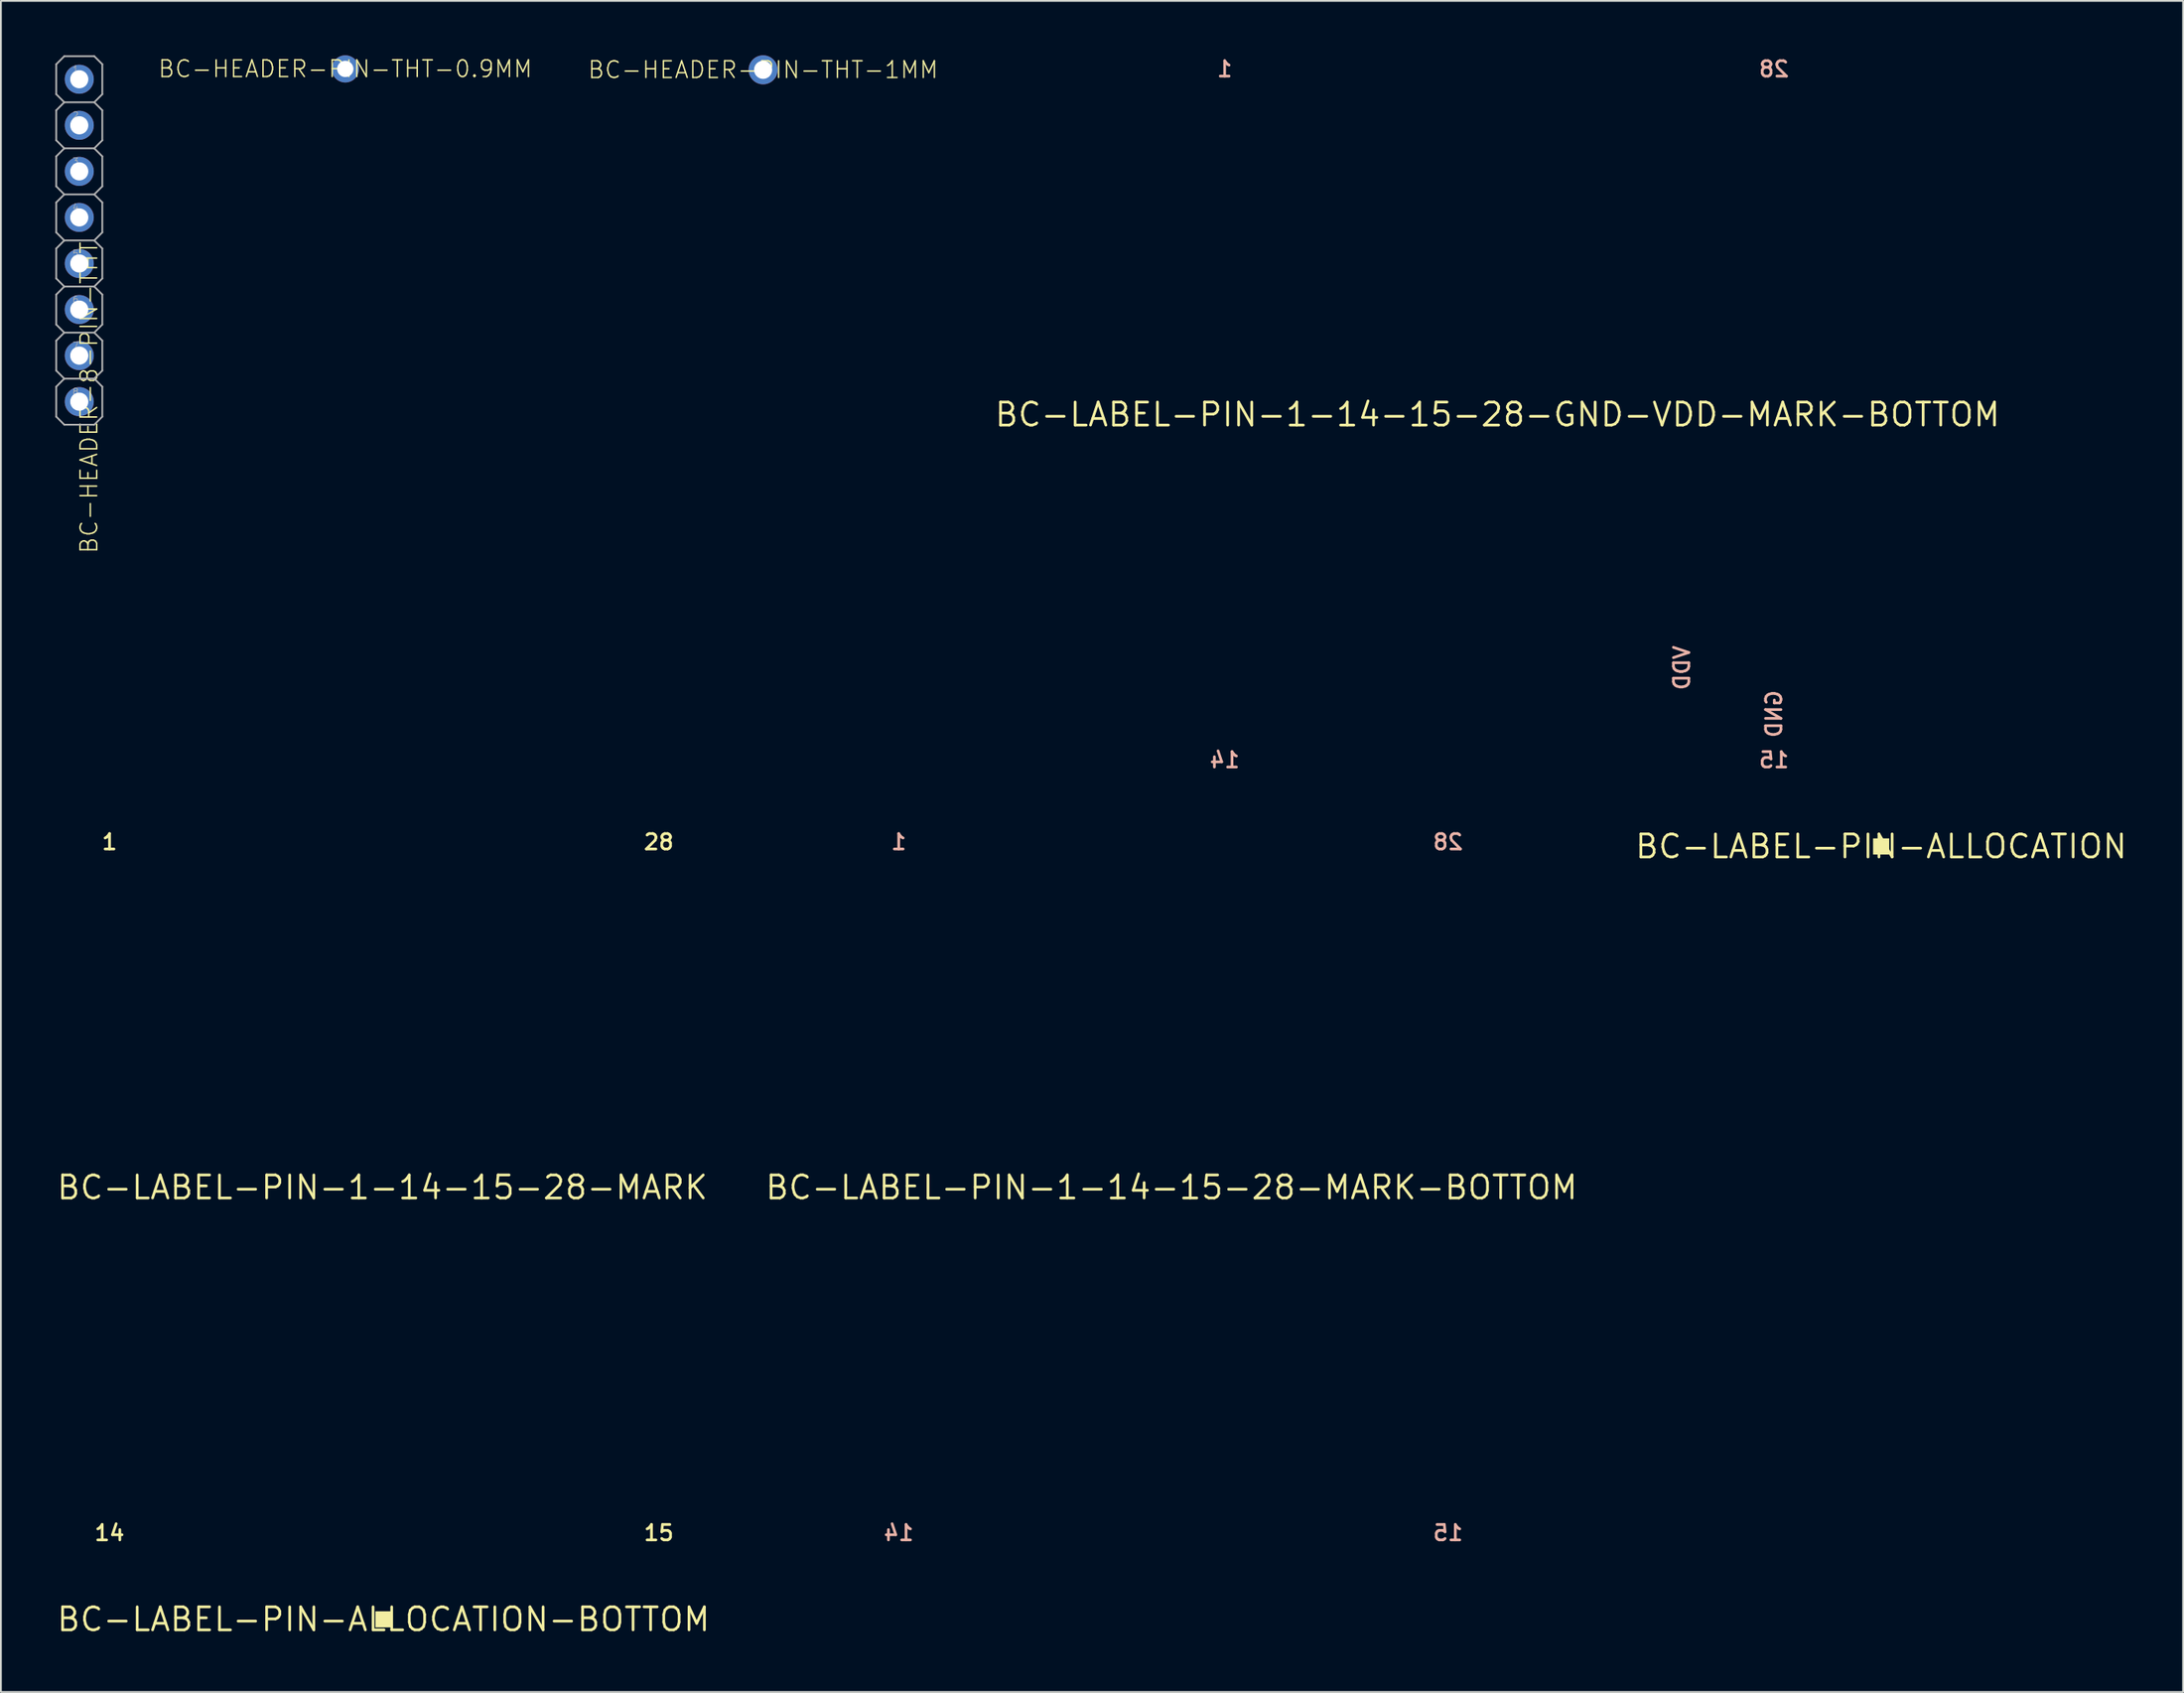
<source format=kicad_pcb>
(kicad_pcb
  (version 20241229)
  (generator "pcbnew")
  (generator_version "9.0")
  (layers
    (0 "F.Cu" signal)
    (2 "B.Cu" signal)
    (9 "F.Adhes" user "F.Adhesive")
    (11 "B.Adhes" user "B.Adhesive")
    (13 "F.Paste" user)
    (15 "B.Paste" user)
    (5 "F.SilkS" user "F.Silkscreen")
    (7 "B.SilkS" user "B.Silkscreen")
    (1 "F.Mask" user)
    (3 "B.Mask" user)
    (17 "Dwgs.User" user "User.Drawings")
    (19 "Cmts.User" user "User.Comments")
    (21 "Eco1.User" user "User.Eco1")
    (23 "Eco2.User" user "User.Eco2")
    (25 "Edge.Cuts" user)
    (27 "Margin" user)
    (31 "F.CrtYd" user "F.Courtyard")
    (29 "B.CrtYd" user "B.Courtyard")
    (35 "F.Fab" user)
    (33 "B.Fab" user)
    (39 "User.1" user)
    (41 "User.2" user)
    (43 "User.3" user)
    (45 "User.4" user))
  (footprint "BC-LABEL-PIN-1-14-15-28-MARK"
    (layer "F.Cu")
    (at 18.029 62.431)
    (property "Reference" "BC-LABEL-PIN-1-14-15-28-MARK" (at 0 0 0) (unlocked yes) (layer "F.SilkS") (effects (font (size 1.27 1.27) (thickness 0.15))))
    (fp_text user "28" (at 15.24 -19.05 0) (layer "F.SilkS") (effects (font (size 0.85 0.85) (thickness 0.15))))
    (fp_text user "15" (at 15.24 19.05 0) (layer "F.SilkS") (effects (font (size 0.85 0.85) (thickness 0.15))))
    (fp_text user "14" (at -15.04 19.05 0) (layer "F.SilkS") (effects (font (size 0.85 0.85) (thickness 0.15))))
    (fp_text user "1" (at -15.04 -19.05 0) (layer "F.SilkS") (effects (font (size 0.85 0.85) (thickness 0.15)))))
  (footprint "BC-HEADER-PIN-THT-0.9MM"
    (layer "F.Cu")
    (at 15.985 0.75)
    (property "Reference" "BC-HEADER-PIN-THT-0.9MM" (at 0 0 0) (unlocked yes) (layer "F.SilkS") (effects (font (size 0.92 0.92) (thickness 0.08))))
    (pad "0" thru_hole circle (at 0 0) (size 1.5 1.5) (drill 0.9) (layers "*.Cu" "*.Mask")))
  (footprint "BC-HEADER-PIN-THT-1MM"
    (layer "F.Cu")
    (at 39.018 0.8)
    (property "Reference" "BC-HEADER-PIN-THT-1MM" (at 0 0 0) (unlocked yes) (layer "F.SilkS") (effects (font (size 0.92 0.92) (thickness 0.08))))
    (pad "0" thru_hole circle (at 0 0) (size 1.6 1.6) (drill 1) (layers "*.Cu" "*.Mask")))
  (footprint "BC-LABEL-PIN-ALLOCATION-BOTTOM"
    (layer "F.Cu")
    (at 18.09 86.248)
    (property "Reference" "BC-LABEL-PIN-ALLOCATION-BOTTOM" (at 0 0 0) (unlocked yes) (layer "F.SilkS") (effects (font (size 1.27 1.27) (thickness 0.15))))
    (fp_poly (pts (xy -0.445 0.445) (xy 0.445 0.445) (xy 0.445 -0.445) (xy -0.445 -0.445)) (stroke (width 0) (type default)) (fill yes) (layer "F.SilkS")))
  (footprint "BC-HEADER-8-PIN-THT"
    (layer "F.Cu")
    (at 1.32 10.21)
    (property "Reference" "BC-HEADER-8-PIN-THT" (at 0 0 90) (unlocked yes) (layer "F.SilkS") (effects (font (size 0.92 0.92) (thickness 0.08)) (justify right top)))
    (fp_line (start -1.27 -9.716) (end -1.27 -8.065) (stroke (width 0.1) (type solid)) (layer "F.Fab"))
    (fp_line (start -1.27 -8.065) (end -0.826 -7.62) (stroke (width 0.1) (type solid)) (layer "F.Fab"))
    (fp_line (start -1.27 -7.176) (end -1.27 -5.524) (stroke (width 0.1) (type solid)) (layer "F.Fab"))
    (fp_line (start -1.27 -5.524) (end -0.826 -5.08) (stroke (width 0.1) (type solid)) (layer "F.Fab"))
    (fp_line (start -1.27 -4.636) (end -1.27 -2.985) (stroke (width 0.1) (type solid)) (layer "F.Fab"))
    (fp_line (start -1.27 -2.985) (end -0.826 -2.54) (stroke (width 0.1) (type solid)) (layer "F.Fab"))
    (fp_line (start -1.27 -2.095) (end -1.27 -0.445) (stroke (width 0.1) (type solid)) (layer "F.Fab"))
    (fp_line (start -1.27 -0.445) (end -0.826 0) (stroke (width 0.1) (type solid)) (layer "F.Fab"))
    (fp_line (start -1.27 0.445) (end -1.27 2.095) (stroke (width 0.1) (type solid)) (layer "F.Fab"))
    (fp_line (start -1.27 2.095) (end -0.826 2.54) (stroke (width 0.1) (type solid)) (layer "F.Fab"))
    (fp_line (start -1.27 2.985) (end -1.27 4.636) (stroke (width 0.1) (type solid)) (layer "F.Fab"))
    (fp_line (start -1.27 4.636) (end -0.826 5.08) (stroke (width 0.1) (type solid)) (layer "F.Fab"))
    (fp_line (start -1.27 5.524) (end -1.27 7.176) (stroke (width 0.1) (type solid)) (layer "F.Fab"))
    (fp_line (start -1.27 7.176) (end -0.826 7.62) (stroke (width 0.1) (type solid)) (layer "F.Fab"))
    (fp_line (start -1.27 8.065) (end -1.27 9.716) (stroke (width 0.1) (type solid)) (layer "F.Fab"))
    (fp_line (start -1.27 9.716) (end -0.826 10.16) (stroke (width 0.1) (type solid)) (layer "F.Fab"))
    (fp_line (start -0.826 -10.16) (end -1.27 -9.716) (stroke (width 0.1) (type solid)) (layer "F.Fab"))
    (fp_line (start -0.826 -10.16) (end 0.826 -10.16) (stroke (width 0.1) (type solid)) (layer "F.Fab"))
    (fp_line (start -0.826 -7.62) (end -1.27 -7.176) (stroke (width 0.1) (type solid)) (layer "F.Fab"))
    (fp_line (start -0.826 -7.62) (end 0.826 -7.62) (stroke (width 0.1) (type solid)) (layer "F.Fab"))
    (fp_line (start -0.826 -5.08) (end -1.27 -4.636) (stroke (width 0.1) (type solid)) (layer "F.Fab"))
    (fp_line (start -0.826 -5.08) (end 0.826 -5.08) (stroke (width 0.1) (type solid)) (layer "F.Fab"))
    (fp_line (start -0.826 -2.54) (end -1.27 -2.095) (stroke (width 0.1) (type solid)) (layer "F.Fab"))
    (fp_line (start -0.826 -2.54) (end 0.826 -2.54) (stroke (width 0.1) (type solid)) (layer "F.Fab"))
    (fp_line (start -0.826 0) (end -1.27 0.445) (stroke (width 0.1) (type solid)) (layer "F.Fab"))
    (fp_line (start -0.826 0) (end 0.826 0) (stroke (width 0.1) (type solid)) (layer "F.Fab"))
    (fp_line (start -0.826 2.54) (end -1.27 2.985) (stroke (width 0.1) (type solid)) (layer "F.Fab"))
    (fp_line (start -0.826 2.54) (end 0.826 2.54) (stroke (width 0.1) (type solid)) (layer "F.Fab"))
    (fp_line (start -0.826 5.08) (end -1.27 5.524) (stroke (width 0.1) (type solid)) (layer "F.Fab"))
    (fp_line (start -0.826 5.08) (end 0.826 5.08) (stroke (width 0.1) (type solid)) (layer "F.Fab"))
    (fp_line (start -0.826 7.62) (end -1.27 8.065) (stroke (width 0.1) (type solid)) (layer "F.Fab"))
    (fp_line (start -0.826 7.62) (end 0.826 7.62) (stroke (width 0.1) (type solid)) (layer "F.Fab"))
    (fp_line (start -0.826 10.16) (end 0.826 10.16) (stroke (width 0.1) (type solid)) (layer "F.Fab"))
    (fp_line (start -0.31 -9.2) (end -0.31 -8.58) (stroke (width 0.1) (type solid)) (layer "F.Fab"))
    (fp_line (start -0.31 -8.58) (end 0.31 -8.58) (stroke (width 0.1) (type solid)) (layer "F.Fab"))
    (fp_line (start -0.31 -6.66) (end -0.31 -6.04) (stroke (width 0.1) (type solid)) (layer "F.Fab"))
    (fp_line (start -0.31 -6.04) (end 0.31 -6.04) (stroke (width 0.1) (type solid)) (layer "F.Fab"))
    (fp_line (start -0.31 -4.12) (end -0.31 -3.5) (stroke (width 0.1) (type solid)) (layer "F.Fab"))
    (fp_line (start -0.31 -3.5) (end 0.31 -3.5) (stroke (width 0.1) (type solid)) (layer "F.Fab"))
    (fp_line (start -0.31 -1.58) (end -0.31 -0.96) (stroke (width 0.1) (type solid)) (layer "F.Fab"))
    (fp_line (start -0.31 -0.96) (end 0.31 -0.96) (stroke (width 0.1) (type solid)) (layer "F.Fab"))
    (fp_line (start -0.31 0.96) (end -0.31 1.58) (stroke (width 0.1) (type solid)) (layer "F.Fab"))
    (fp_line (start -0.31 1.58) (end 0.31 1.58) (stroke (width 0.1) (type solid)) (layer "F.Fab"))
    (fp_line (start -0.31 3.5) (end -0.31 4.12) (stroke (width 0.1) (type solid)) (layer "F.Fab"))
    (fp_line (start -0.31 4.12) (end 0.31 4.12) (stroke (width 0.1) (type solid)) (layer "F.Fab"))
    (fp_line (start -0.31 6.04) (end -0.31 6.66) (stroke (width 0.1) (type solid)) (layer "F.Fab"))
    (fp_line (start -0.31 6.66) (end 0.31 6.66) (stroke (width 0.1) (type solid)) (layer "F.Fab"))
    (fp_line (start -0.31 8.58) (end -0.31 9.2) (stroke (width 0.1) (type solid)) (layer "F.Fab"))
    (fp_line (start -0.31 9.2) (end 0.31 9.2) (stroke (width 0.1) (type solid)) (layer "F.Fab"))
    (fp_line (start 0.31 -9.2) (end -0.31 -9.2) (stroke (width 0.1) (type solid)) (layer "F.Fab"))
    (fp_line (start 0.31 -8.58) (end 0.31 -9.2) (stroke (width 0.1) (type solid)) (layer "F.Fab"))
    (fp_line (start 0.31 -6.66) (end -0.31 -6.66) (stroke (width 0.1) (type solid)) (layer "F.Fab"))
    (fp_line (start 0.31 -6.04) (end 0.31 -6.66) (stroke (width 0.1) (type solid)) (layer "F.Fab"))
    (fp_line (start 0.31 -4.12) (end -0.31 -4.12) (stroke (width 0.1) (type solid)) (layer "F.Fab"))
    (fp_line (start 0.31 -3.5) (end 0.31 -4.12) (stroke (width 0.1) (type solid)) (layer "F.Fab"))
    (fp_line (start 0.31 -1.58) (end -0.31 -1.58) (stroke (width 0.1) (type solid)) (layer "F.Fab"))
    (fp_line (start 0.31 -0.96) (end 0.31 -1.58) (stroke (width 0.1) (type solid)) (layer "F.Fab"))
    (fp_line (start 0.31 0.96) (end -0.31 0.96) (stroke (width 0.1) (type solid)) (layer "F.Fab"))
    (fp_line (start 0.31 1.58) (end 0.31 0.96) (stroke (width 0.1) (type solid)) (layer "F.Fab"))
    (fp_line (start 0.31 3.5) (end -0.31 3.5) (stroke (width 0.1) (type solid)) (layer "F.Fab"))
    (fp_line (start 0.31 4.12) (end 0.31 3.5) (stroke (width 0.1) (type solid)) (layer "F.Fab"))
    (fp_line (start 0.31 6.04) (end -0.31 6.04) (stroke (width 0.1) (type solid)) (layer "F.Fab"))
    (fp_line (start 0.31 6.66) (end 0.31 6.04) (stroke (width 0.1) (type solid)) (layer "F.Fab"))
    (fp_line (start 0.31 8.58) (end -0.31 8.58) (stroke (width 0.1) (type solid)) (layer "F.Fab"))
    (fp_line (start 0.31 9.2) (end 0.31 8.58) (stroke (width 0.1) (type solid)) (layer "F.Fab"))
    (fp_line (start 0.826 -7.62) (end 1.27 -8.065) (stroke (width 0.1) (type solid)) (layer "F.Fab"))
    (fp_line (start 0.826 -5.08) (end 1.27 -5.524) (stroke (width 0.1) (type solid)) (layer "F.Fab"))
    (fp_line (start 0.826 -2.54) (end 1.27 -2.985) (stroke (width 0.1) (type solid)) (layer "F.Fab"))
    (fp_line (start 0.826 0) (end 1.27 -0.445) (stroke (width 0.1) (type solid)) (layer "F.Fab"))
    (fp_line (start 0.826 2.54) (end 1.27 2.095) (stroke (width 0.1) (type solid)) (layer "F.Fab"))
    (fp_line (start 0.826 5.08) (end 1.27 4.636) (stroke (width 0.1) (type solid)) (layer "F.Fab"))
    (fp_line (start 0.826 7.62) (end 1.27 7.176) (stroke (width 0.1) (type solid)) (layer "F.Fab"))
    (fp_line (start 0.826 10.16) (end 1.27 9.716) (stroke (width 0.1) (type solid)) (layer "F.Fab"))
    (fp_line (start 1.27 -9.716) (end 0.826 -10.16) (stroke (width 0.1) (type solid)) (layer "F.Fab"))
    (fp_line (start 1.27 -8.065) (end 1.27 -9.716) (stroke (width 0.1) (type solid)) (layer "F.Fab"))
    (fp_line (start 1.27 -7.176) (end 0.826 -7.62) (stroke (width 0.1) (type solid)) (layer "F.Fab"))
    (fp_line (start 1.27 -5.524) (end 1.27 -7.176) (stroke (width 0.1) (type solid)) (layer "F.Fab"))
    (fp_line (start 1.27 -4.636) (end 0.826 -5.08) (stroke (width 0.1) (type solid)) (layer "F.Fab"))
    (fp_line (start 1.27 -2.985) (end 1.27 -4.636) (stroke (width 0.1) (type solid)) (layer "F.Fab"))
    (fp_line (start 1.27 -2.095) (end 0.826 -2.54) (stroke (width 0.1) (type solid)) (layer "F.Fab"))
    (fp_line (start 1.27 -0.445) (end 1.27 -2.095) (stroke (width 0.1) (type solid)) (layer "F.Fab"))
    (fp_line (start 1.27 0.445) (end 0.826 0) (stroke (width 0.1) (type solid)) (layer "F.Fab"))
    (fp_line (start 1.27 2.095) (end 1.27 0.445) (stroke (width 0.1) (type solid)) (layer "F.Fab"))
    (fp_line (start 1.27 2.985) (end 0.826 2.54) (stroke (width 0.1) (type solid)) (layer "F.Fab"))
    (fp_line (start 1.27 4.636) (end 1.27 2.985) (stroke (width 0.1) (type solid)) (layer "F.Fab"))
    (fp_line (start 1.27 5.524) (end 0.826 5.08) (stroke (width 0.1) (type solid)) (layer "F.Fab"))
    (fp_line (start 1.27 7.176) (end 1.27 5.524) (stroke (width 0.1) (type solid)) (layer "F.Fab"))
    (fp_line (start 1.27 8.065) (end 0.826 7.62) (stroke (width 0.1) (type solid)) (layer "F.Fab"))
    (fp_line (start 1.27 9.716) (end 1.27 8.065) (stroke (width 0.1) (type solid)) (layer "F.Fab"))
    (fp_text user "2" (at 0 -7.112 0) (layer "F.Fab") (effects (font (size 0.366 0.366) (thickness 0.041)) (justify right top)))
    (fp_text user "5" (at 0 0.508 0) (layer "F.Fab") (effects (font (size 0.366 0.366) (thickness 0.041)) (justify right top)))
    (fp_text user "3" (at 0 -4.572 0) (layer "F.Fab") (effects (font (size 0.366 0.366) (thickness 0.041)) (justify right top)))
    (fp_text user "7" (at 0 5.588 0) (layer "F.Fab") (effects (font (size 0.366 0.366) (thickness 0.041)) (justify right top)))
    (fp_text user "6" (at 0 3.048 0) (layer "F.Fab") (effects (font (size 0.366 0.366) (thickness 0.041)) (justify right top)))
    (fp_text user "4" (at 0 -2.032 0) (layer "F.Fab") (effects (font (size 0.366 0.366) (thickness 0.041)) (justify right top)))
    (fp_text user "8" (at 0 8.128 0) (layer "F.Fab") (effects (font (size 0.366 0.366) (thickness 0.041)) (justify right top)))
    (fp_text user "1" (at 0 -9.652 0) (layer "F.Fab") (effects (font (size 0.366 0.366) (thickness 0.041)) (justify right top)))
    (pad "1" thru_hole circle (at 0 -8.89 180) (size 1.6 1.6) (drill 1) (layers "*.Cu" "*.Mask"))
    (pad "2" thru_hole circle (at 0 -6.35 180) (size 1.6 1.6) (drill 1) (layers "*.Cu" "*.Mask"))
    (pad "3" thru_hole circle (at 0 -3.81 180) (size 1.6 1.6) (drill 1) (layers "*.Cu" "*.Mask"))
    (pad "4" thru_hole circle (at 0 -1.27 180) (size 1.6 1.6) (drill 1) (layers "*.Cu" "*.Mask"))
    (pad "5" thru_hole circle (at 0 1.27 180) (size 1.6 1.6) (drill 1) (layers "*.Cu" "*.Mask"))
    (pad "6" thru_hole circle (at 0 3.81 180) (size 1.6 1.6) (drill 1) (layers "*.Cu" "*.Mask"))
    (pad "7" thru_hole circle (at 0 6.35 180) (size 1.6 1.6) (drill 1) (layers "*.Cu" "*.Mask"))
    (pad "8" thru_hole circle (at 0 8.89 180) (size 1.6 1.6) (drill 1) (layers "*.Cu" "*.Mask")))
  (footprint "BC-LABEL-PIN-1-14-15-28-MARK-BOTTOM"
    (layer "F.Cu")
    (at 61.533 62.431)
    (property "Reference" "BC-LABEL-PIN-1-14-15-28-MARK-BOTTOM" (at 0 0 0) (unlocked yes) (layer "F.SilkS") (effects (font (size 1.27 1.27) (thickness 0.15))))
    (fp_text user "15" (at 15.24 19.05 0) (layer "B.SilkS") (effects (font (size 0.85 0.85) (thickness 0.15)) (justify mirror)))
    (fp_text user "14" (at -15.04 19.05 0) (layer "B.SilkS") (effects (font (size 0.85 0.85) (thickness 0.15)) (justify mirror)))
    (fp_text user "28" (at 15.24 -19.05 0) (layer "B.SilkS") (effects (font (size 0.85 0.85) (thickness 0.15)) (justify mirror)))
    (fp_text user "1" (at -15.04 -19.05 0) (layer "B.SilkS") (effects (font (size 0.85 0.85) (thickness 0.15)) (justify mirror))))
  (footprint "BC-LABEL-PIN-ALLOCATION"
    (layer "F.Cu")
    (at 100.651 43.627)
    (property "Reference" "BC-LABEL-PIN-ALLOCATION" (at 0 0 0) (unlocked yes) (layer "F.SilkS") (effects (font (size 1.27 1.27) (thickness 0.15))))
    (fp_poly (pts (xy -0.445 0.445) (xy 0.445 0.445) (xy 0.445 -0.445) (xy -0.445 -0.445)) (stroke (width 0) (type default)) (fill yes) (layer "F.SilkS")))
  (footprint "BC-LABEL-PIN-1-14-15-28-GND-VDD-MARK-BOTTOM"
    (layer "F.Cu")
    (at 79.502 19.811)
    (property "Reference" "BC-LABEL-PIN-1-14-15-28-GND-VDD-MARK-BOTTOM" (at 0 0 0) (unlocked yes) (layer "F.SilkS") (effects (font (size 1.27 1.27) (thickness 0.15))))
    (fp_text user "VDD" (at 10.16 13.97 270) (layer "B.SilkS") (effects (font (size 0.85 0.85) (thickness 0.15)) (justify mirror)))
    (fp_text user "14" (at -15.04 19.05 0) (layer "B.SilkS") (effects (font (size 0.85 0.85) (thickness 0.15)) (justify mirror)))
    (fp_text user "1" (at -15.04 -19.05 0) (layer "B.SilkS") (effects (font (size 0.85 0.85) (thickness 0.15)) (justify mirror)))
    (fp_text user "15" (at 15.24 19.05 0) (layer "B.SilkS") (effects (font (size 0.85 0.85) (thickness 0.15)) (justify mirror)))
    (fp_text user "GND" (at 15.24 16.51 270) (layer "B.SilkS") (effects (font (size 0.85 0.85) (thickness 0.15)) (justify mirror)))
    (fp_text user "28" (at 15.24 -19.05 0) (layer "B.SilkS") (effects (font (size 0.85 0.85) (thickness 0.15)) (justify mirror))))
  (gr_rect
    (start -3 -3)
    (end 117.296 90.254)
    (stroke (width 0.1) (type default))
    (fill no)
    (layer "Edge.Cuts")))
</source>
